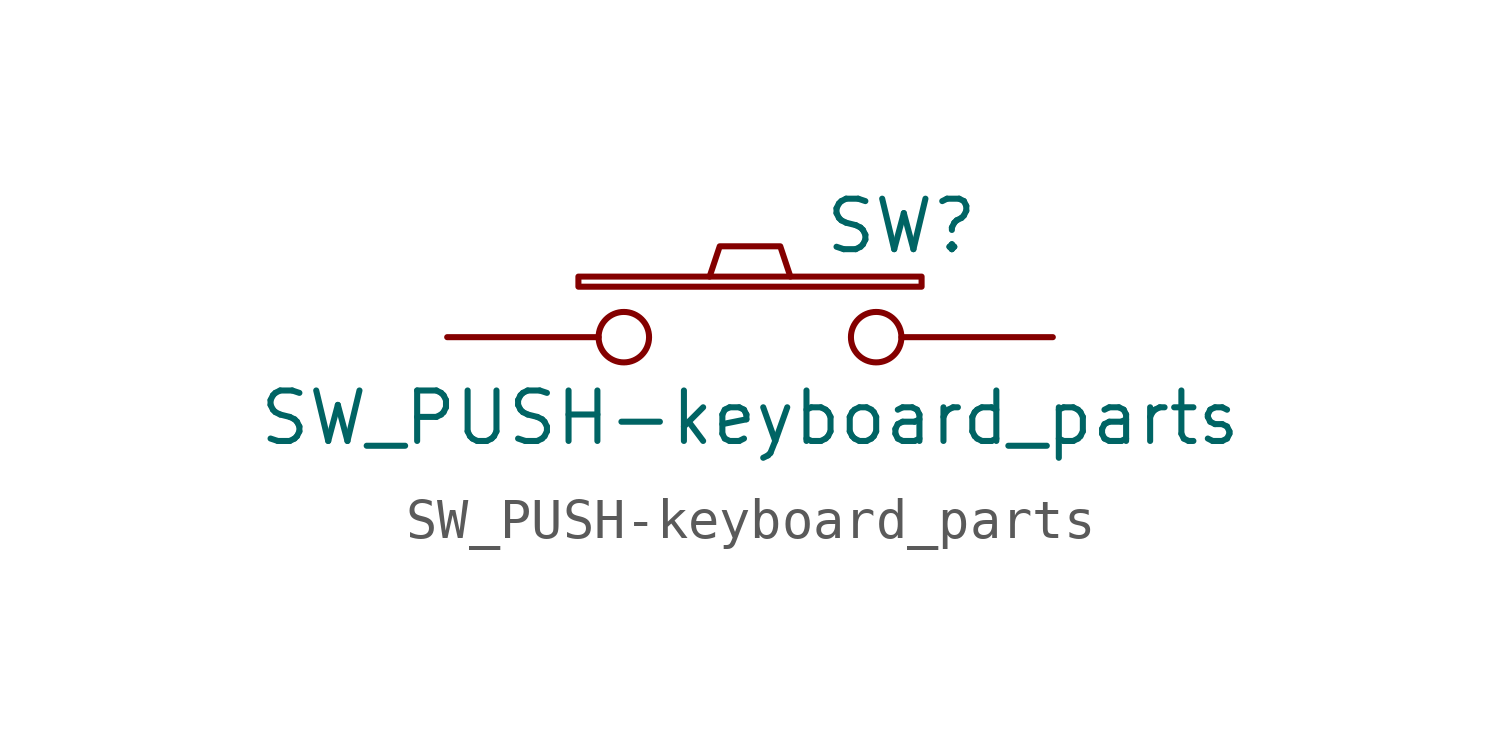
<source format=kicad_sym>
(kicad_symbol_lib
  (version 20211014)
  (generator kicad_symbol_editor)
  (symbol "SW_PUSH-keyboard_parts"
    (pin_numbers hide)
    (pin_names
      (offset 1.016) hide)
    (property "Reference" "SW"
      (at 3.81 2.794 0)
      (effects (font (size 1.27 1.27))))
    (property "Value" "SW_PUSH-keyboard_parts"
      (at 0 -2.032 0)
      (effects (font (size 1.27 1.27))))
    (property "Footprint" ""
      (at 0 0 0)
      (effects (font (size 1.524 1.524))))
    (property "Datasheet" ""
      (at 0 0 0)
      (effects (font (size 1.524 1.524))))
    (symbol "SW_PUSH-keyboard_parts_0_1"
      (rectangle (start -4.318 1.27) (end 4.318 1.524) (stroke (width 0) (type default) (color 0 0 0 0)) (fill (type none)))
      (polyline (pts (xy -1.016 1.524) (xy -0.762 2.286) (xy 0.762 2.286) (xy 1.016 1.524)) (stroke (width 0) (type default) (color 0 0 0 0)) (fill (type none)))
      (pin passive inverted (at -7.62 0 0) (length 5.08) (name "1" (effects (font (size 1.524 1.524)))) (number "1" (effects (font (size 1.524 1.524)))))
      (pin passive inverted (at 7.62 0 180) (length 5.08) (name "2" (effects (font (size 1.524 1.524)))) (number "2" (effects (font (size 1.524 1.524))))))))
</source>
